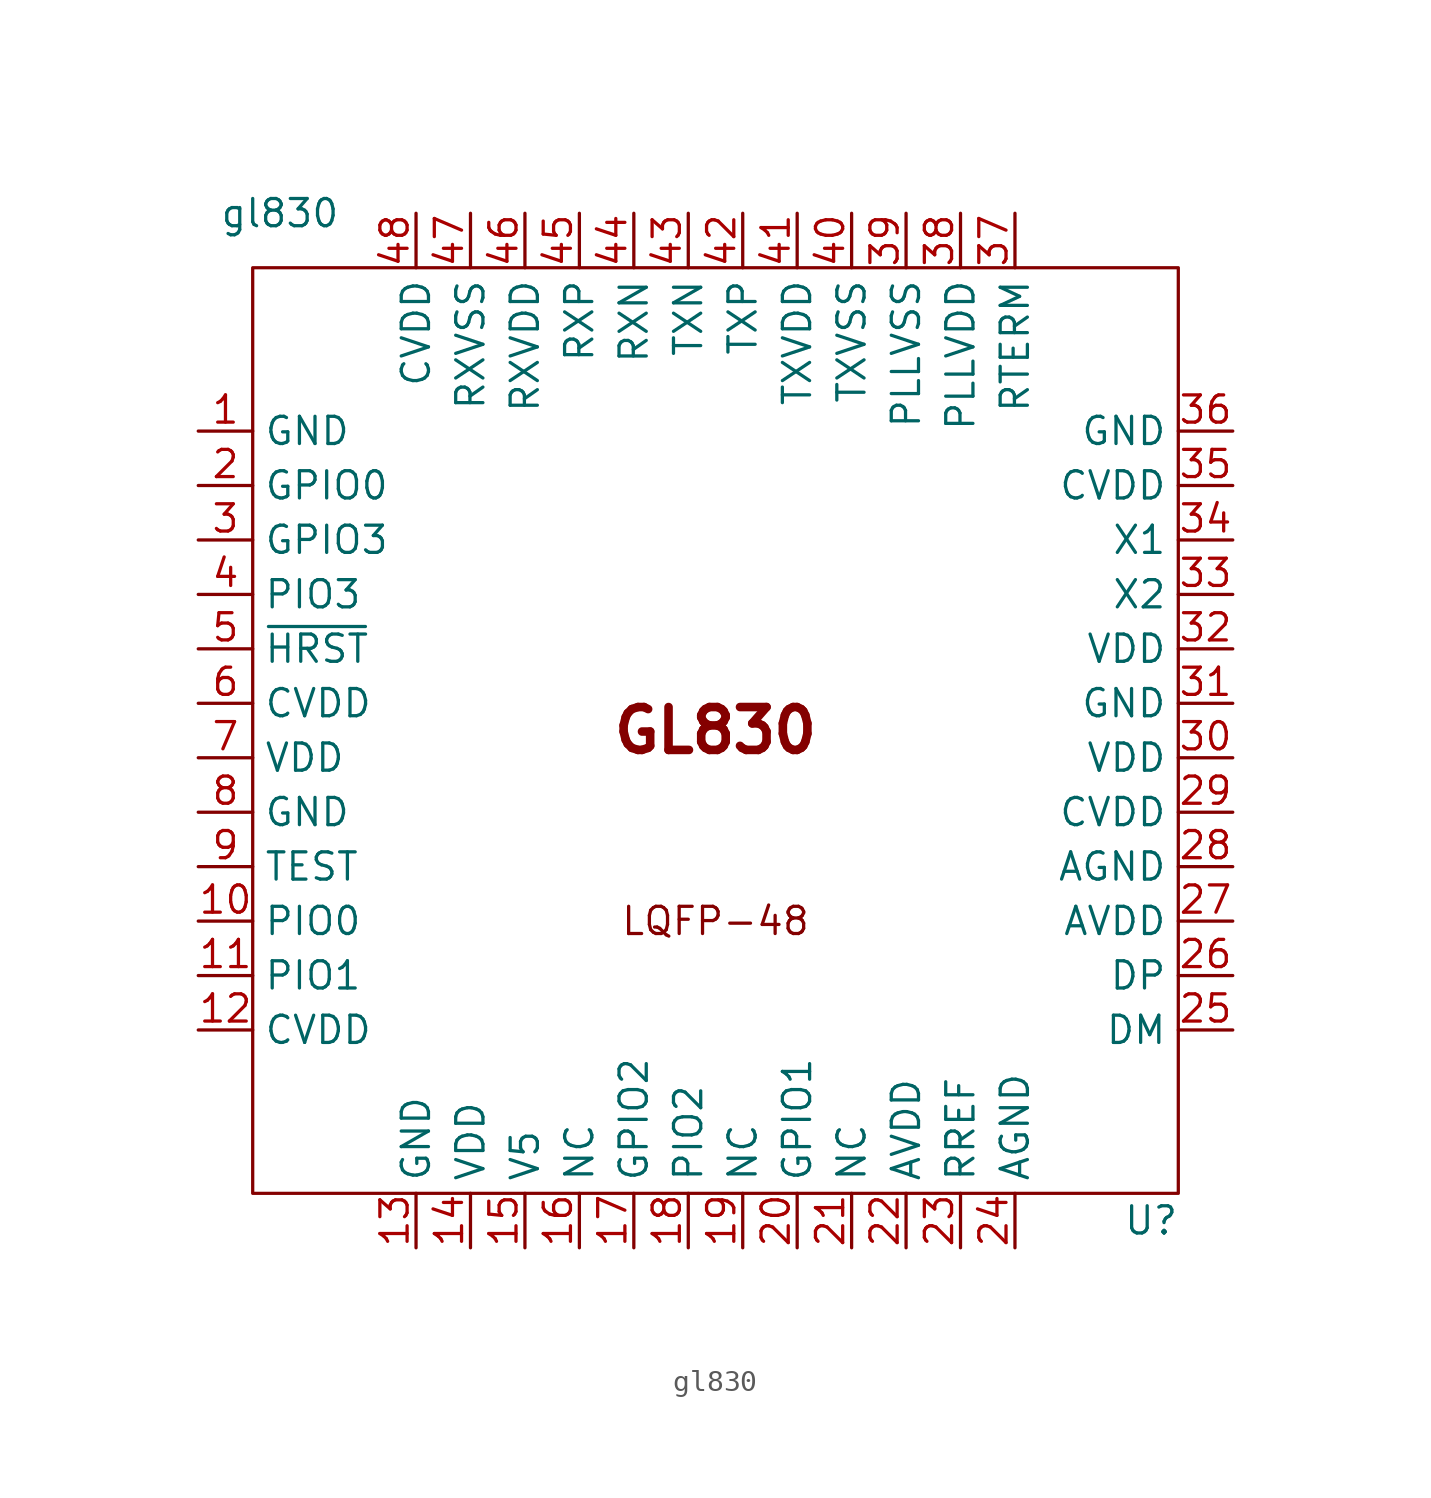
<source format=kicad_sym>
(kicad_symbol_lib
  (version 20201005)
  (generator kicad_symbol_editor)
  (symbol "gl830:gl830"
    (property "Reference" "U"
      (at 20.32 -22.86 0)
      (effects (font (size 1.27 1.27))))
    (property "Value" "gl830"
      (at -20.32 24.13 0)
      (effects (font (size 1.27 1.27))))
    (symbol "gl830_0_0"
      (text "GL830" (at 0 0 0) (effects (font (size 2 2) bold)))
      (text "LQFP-48" (at 0 -8.89 0) (effects (font (size 1.27 1.27)))))
    (symbol "gl830_0_1"
      (rectangle (start 21.59 21.59) (end -21.59 -21.59) (stroke (width 0.152)) (fill (type none))))
    (symbol "gl830_1_1"
      (pin input line (at -24.13 13.97 0) (length 2.54) (name "GND" (effects (font (size 1.27 1.27)))) (number "1" (effects (font (size 1.27 1.27)))))
      (pin input line (at -24.13 -8.89 0) (length 2.54) (name "PIO0" (effects (font (size 1.27 1.27)))) (number "10" (effects (font (size 1.27 1.27)))))
      (pin input line (at -24.13 -11.43 0) (length 2.54) (name "PIO1" (effects (font (size 1.27 1.27)))) (number "11" (effects (font (size 1.27 1.27)))))
      (pin input line (at -24.13 -13.97 0) (length 2.54) (name "CVDD" (effects (font (size 1.27 1.27)))) (number "12" (effects (font (size 1.27 1.27)))))
      (pin input line (at -13.97 -24.13 90) (length 2.54) (name "GND" (effects (font (size 1.27 1.27)))) (number "13" (effects (font (size 1.27 1.27)))))
      (pin input line (at -11.43 -24.13 90) (length 2.54) (name "VDD" (effects (font (size 1.27 1.27)))) (number "14" (effects (font (size 1.27 1.27)))))
      (pin input line (at -8.89 -24.13 90) (length 2.54) (name "V5" (effects (font (size 1.27 1.27)))) (number "15" (effects (font (size 1.27 1.27)))))
      (pin input line (at -6.35 -24.13 90) (length 2.54) (name "NC" (effects (font (size 1.27 1.27)))) (number "16" (effects (font (size 1.27 1.27)))))
      (pin input line (at -3.81 -24.13 90) (length 2.54) (name "GPIO2" (effects (font (size 1.27 1.27)))) (number "17" (effects (font (size 1.27 1.27)))))
      (pin input line (at -1.27 -24.13 90) (length 2.54) (name "PIO2" (effects (font (size 1.27 1.27)))) (number "18" (effects (font (size 1.27 1.27)))))
      (pin input line (at 1.27 -24.13 90) (length 2.54) (name "NC" (effects (font (size 1.27 1.27)))) (number "19" (effects (font (size 1.27 1.27)))))
      (pin input line (at -24.13 11.43 0) (length 2.54) (name "GPIO0" (effects (font (size 1.27 1.27)))) (number "2" (effects (font (size 1.27 1.27)))))
      (pin input line (at 3.81 -24.13 90) (length 2.54) (name "GPIO1" (effects (font (size 1.27 1.27)))) (number "20" (effects (font (size 1.27 1.27)))))
      (pin input line (at 6.35 -24.13 90) (length 2.54) (name "NC" (effects (font (size 1.27 1.27)))) (number "21" (effects (font (size 1.27 1.27)))))
      (pin input line (at 8.89 -24.13 90) (length 2.54) (name "AVDD" (effects (font (size 1.27 1.27)))) (number "22" (effects (font (size 1.27 1.27)))))
      (pin input line (at 11.43 -24.13 90) (length 2.54) (name "RREF" (effects (font (size 1.27 1.27)))) (number "23" (effects (font (size 1.27 1.27)))))
      (pin input line (at 13.97 -24.13 90) (length 2.54) (name "AGND" (effects (font (size 1.27 1.27)))) (number "24" (effects (font (size 1.27 1.27)))))
      (pin input line (at 24.13 -13.97 180) (length 2.54) (name "DM" (effects (font (size 1.27 1.27)))) (number "25" (effects (font (size 1.27 1.27)))))
      (pin input line (at 24.13 -11.43 180) (length 2.54) (name "DP" (effects (font (size 1.27 1.27)))) (number "26" (effects (font (size 1.27 1.27)))))
      (pin input line (at 24.13 -8.89 180) (length 2.54) (name "AVDD" (effects (font (size 1.27 1.27)))) (number "27" (effects (font (size 1.27 1.27)))))
      (pin input line (at 24.13 -6.35 180) (length 2.54) (name "AGND" (effects (font (size 1.27 1.27)))) (number "28" (effects (font (size 1.27 1.27)))))
      (pin input line (at 24.13 -3.81 180) (length 2.54) (name "CVDD" (effects (font (size 1.27 1.27)))) (number "29" (effects (font (size 1.27 1.27)))))
      (pin input line (at -24.13 8.89 0) (length 2.54) (name "GPIO3" (effects (font (size 1.27 1.27)))) (number "3" (effects (font (size 1.27 1.27)))))
      (pin input line (at 24.13 -1.27 180) (length 2.54) (name "VDD" (effects (font (size 1.27 1.27)))) (number "30" (effects (font (size 1.27 1.27)))))
      (pin input line (at 24.13 1.27 180) (length 2.54) (name "GND" (effects (font (size 1.27 1.27)))) (number "31" (effects (font (size 1.27 1.27)))))
      (pin input line (at 24.13 3.81 180) (length 2.54) (name "VDD" (effects (font (size 1.27 1.27)))) (number "32" (effects (font (size 1.27 1.27)))))
      (pin input line (at 24.13 6.35 180) (length 2.54) (name "X2" (effects (font (size 1.27 1.27)))) (number "33" (effects (font (size 1.27 1.27)))))
      (pin input line (at 24.13 8.89 180) (length 2.54) (name "X1" (effects (font (size 1.27 1.27)))) (number "34" (effects (font (size 1.27 1.27)))))
      (pin input line (at 24.13 11.43 180) (length 2.54) (name "CVDD" (effects (font (size 1.27 1.27)))) (number "35" (effects (font (size 1.27 1.27)))))
      (pin input line (at 24.13 13.97 180) (length 2.54) (name "GND" (effects (font (size 1.27 1.27)))) (number "36" (effects (font (size 1.27 1.27)))))
      (pin input line (at 13.97 24.13 270) (length 2.54) (name "RTERM" (effects (font (size 1.27 1.27)))) (number "37" (effects (font (size 1.27 1.27)))))
      (pin input line (at 11.43 24.13 270) (length 2.54) (name "PLLVDD" (effects (font (size 1.27 1.27)))) (number "38" (effects (font (size 1.27 1.27)))))
      (pin input line (at 8.89 24.13 270) (length 2.54) (name "PLLVSS" (effects (font (size 1.27 1.27)))) (number "39" (effects (font (size 1.27 1.27)))))
      (pin input line (at -24.13 6.35 0) (length 2.54) (name "PIO3" (effects (font (size 1.27 1.27)))) (number "4" (effects (font (size 1.27 1.27)))))
      (pin input line (at 6.35 24.13 270) (length 2.54) (name "TXVSS" (effects (font (size 1.27 1.27)))) (number "40" (effects (font (size 1.27 1.27)))))
      (pin input line (at 3.81 24.13 270) (length 2.54) (name "TXVDD" (effects (font (size 1.27 1.27)))) (number "41" (effects (font (size 1.27 1.27)))))
      (pin input line (at 1.27 24.13 270) (length 2.54) (name "TXP" (effects (font (size 1.27 1.27)))) (number "42" (effects (font (size 1.27 1.27)))))
      (pin input line (at -1.27 24.13 270) (length 2.54) (name "TXN" (effects (font (size 1.27 1.27)))) (number "43" (effects (font (size 1.27 1.27)))))
      (pin input line (at -3.81 24.13 270) (length 2.54) (name "RXN" (effects (font (size 1.27 1.27)))) (number "44" (effects (font (size 1.27 1.27)))))
      (pin input line (at -6.35 24.13 270) (length 2.54) (name "RXP" (effects (font (size 1.27 1.27)))) (number "45" (effects (font (size 1.27 1.27)))))
      (pin input line (at -8.89 24.13 270) (length 2.54) (name "RXVDD" (effects (font (size 1.27 1.27)))) (number "46" (effects (font (size 1.27 1.27)))))
      (pin input line (at -11.43 24.13 270) (length 2.54) (name "RXVSS" (effects (font (size 1.27 1.27)))) (number "47" (effects (font (size 1.27 1.27)))))
      (pin input line (at -13.97 24.13 270) (length 2.54) (name "CVDD" (effects (font (size 1.27 1.27)))) (number "48" (effects (font (size 1.27 1.27)))))
      (pin input line (at -24.13 3.81 0) (length 2.54) (name "~HRST" (effects (font (size 1.27 1.27)))) (number "5" (effects (font (size 1.27 1.27)))))
      (pin input line (at -24.13 1.27 0) (length 2.54) (name "CVDD" (effects (font (size 1.27 1.27)))) (number "6" (effects (font (size 1.27 1.27)))))
      (pin input line (at -24.13 -1.27 0) (length 2.54) (name "VDD" (effects (font (size 1.27 1.27)))) (number "7" (effects (font (size 1.27 1.27)))))
      (pin input line (at -24.13 -3.81 0) (length 2.54) (name "GND" (effects (font (size 1.27 1.27)))) (number "8" (effects (font (size 1.27 1.27)))))
      (pin input line (at -24.13 -6.35 0) (length 2.54) (name "TEST" (effects (font (size 1.27 1.27)))) (number "9" (effects (font (size 1.27 1.27))))))))
</source>
